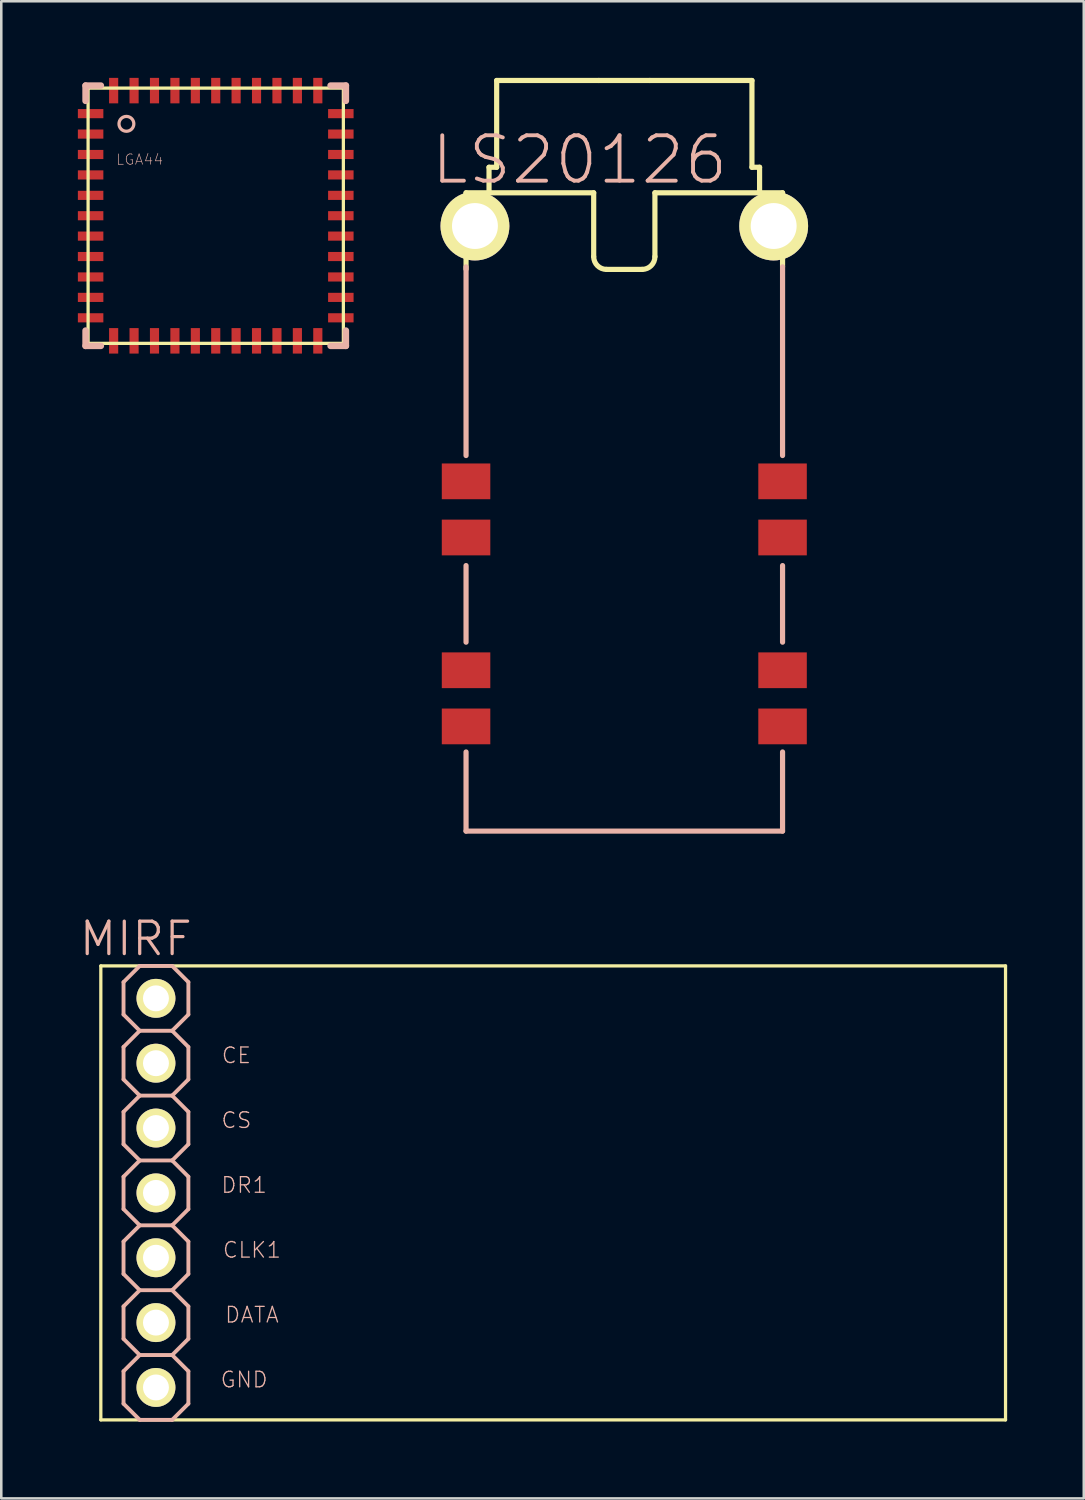
<source format=kicad_pcb>
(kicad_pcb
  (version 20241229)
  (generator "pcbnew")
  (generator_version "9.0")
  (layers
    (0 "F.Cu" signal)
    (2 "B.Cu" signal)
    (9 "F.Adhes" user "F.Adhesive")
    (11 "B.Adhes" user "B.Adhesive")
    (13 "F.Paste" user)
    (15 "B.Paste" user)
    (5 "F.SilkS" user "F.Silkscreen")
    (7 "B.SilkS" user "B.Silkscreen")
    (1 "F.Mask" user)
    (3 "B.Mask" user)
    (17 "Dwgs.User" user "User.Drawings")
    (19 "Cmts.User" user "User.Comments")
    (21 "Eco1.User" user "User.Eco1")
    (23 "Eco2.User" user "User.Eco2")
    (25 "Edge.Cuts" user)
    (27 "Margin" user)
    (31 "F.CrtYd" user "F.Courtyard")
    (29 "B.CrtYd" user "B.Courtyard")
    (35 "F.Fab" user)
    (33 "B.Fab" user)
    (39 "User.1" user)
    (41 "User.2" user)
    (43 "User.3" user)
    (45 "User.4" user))
  (footprint "LGA44"
    (layer "F.Cu")
    (at 5.399 5.399)
    (property "Reference" "LGA44" (at -2.982 -2.202 0) (layer "B.SilkS") (effects (font (size 0.406 0.406) (thickness 0.025))))
    (attr smd)
    (fp_line (start -4.999 -4.999) (end -4.999 4.999) (stroke (width 0.127) (type solid)) (layer "F.SilkS"))
    (fp_line (start -4.999 4.999) (end 4.999 4.999) (stroke (width 0.127) (type solid)) (layer "F.SilkS"))
    (fp_line (start 4.999 -4.999) (end -4.999 -4.999) (stroke (width 0.127) (type solid)) (layer "F.SilkS"))
    (fp_line (start 4.999 4.999) (end 4.999 -4.999) (stroke (width 0.127) (type solid)) (layer "F.SilkS"))
    (fp_line (start -5.098 -5.098) (end -4.498 -5.098) (stroke (width 0.254) (type solid)) (layer "B.SilkS"))
    (fp_line (start -5.098 -4.498) (end -5.098 -5.098) (stroke (width 0.254) (type solid)) (layer "B.SilkS"))
    (fp_line (start -5.098 4.498) (end -5.098 5.098) (stroke (width 0.254) (type solid)) (layer "B.SilkS"))
    (fp_line (start -5.098 5.098) (end -4.498 5.098) (stroke (width 0.254) (type solid)) (layer "B.SilkS"))
    (fp_line (start 5.098 -5.098) (end 4.498 -5.098) (stroke (width 0.254) (type solid)) (layer "B.SilkS"))
    (fp_line (start 5.098 -4.498) (end 5.098 -5.098) (stroke (width 0.254) (type solid)) (layer "B.SilkS"))
    (fp_line (start 5.098 5.098) (end 4.498 5.098) (stroke (width 0.254) (type solid)) (layer "B.SilkS"))
    (fp_line (start 5.098 5.098) (end 5.098 4.498) (stroke (width 0.254) (type solid)) (layer "B.SilkS"))
    (fp_circle (center -3.498 -3.599) (end -3.703 -3.805) (stroke (width 0.127) (type solid)) (fill no) (layer "B.SilkS"))
    (pad "1" smd rect (at -4.9 -3.998 180) (size 0.998 0.358) (layers "F.Cu" "F.Mask" "F.Paste"))
    (pad "2" smd rect (at -4.9 -3.198 180) (size 0.998 0.358) (layers "F.Cu" "F.Mask" "F.Paste"))
    (pad "3" smd rect (at -4.9 -2.398 180) (size 0.998 0.358) (layers "F.Cu" "F.Mask" "F.Paste"))
    (pad "4" smd rect (at -4.9 -1.598 180) (size 0.998 0.358) (layers "F.Cu" "F.Mask" "F.Paste"))
    (pad "5" smd rect (at -4.9 -0.798 180) (size 0.998 0.358) (layers "F.Cu" "F.Mask" "F.Paste"))
    (pad "6" smd rect (at -4.9 0 180) (size 0.998 0.358) (layers "F.Cu" "F.Mask" "F.Paste"))
    (pad "7" smd rect (at -4.9 0.798 180) (size 0.998 0.358) (layers "F.Cu" "F.Mask" "F.Paste"))
    (pad "8" smd rect (at -4.9 1.598 180) (size 0.998 0.358) (layers "F.Cu" "F.Mask" "F.Paste"))
    (pad "9" smd rect (at -4.9 2.398 180) (size 0.998 0.358) (layers "F.Cu" "F.Mask" "F.Paste"))
    (pad "10" smd rect (at -4.9 3.198 180) (size 0.998 0.358) (layers "F.Cu" "F.Mask" "F.Paste"))
    (pad "11" smd rect (at -4.9 3.998 180) (size 0.998 0.358) (layers "F.Cu" "F.Mask" "F.Paste"))
    (pad "12" smd rect (at -3.998 4.9 270) (size 0.998 0.358) (layers "F.Cu" "F.Mask" "F.Paste"))
    (pad "13" smd rect (at -3.198 4.9 270) (size 0.998 0.358) (layers "F.Cu" "F.Mask" "F.Paste"))
    (pad "14" smd rect (at -2.398 4.9 270) (size 0.998 0.358) (layers "F.Cu" "F.Mask" "F.Paste"))
    (pad "15" smd rect (at -1.598 4.9 270) (size 0.998 0.358) (layers "F.Cu" "F.Mask" "F.Paste"))
    (pad "16" smd rect (at -0.798 4.9 270) (size 0.998 0.358) (layers "F.Cu" "F.Mask" "F.Paste"))
    (pad "17" smd rect (at 0 4.9 270) (size 0.998 0.358) (layers "F.Cu" "F.Mask" "F.Paste"))
    (pad "18" smd rect (at 0.798 4.9 270) (size 0.998 0.358) (layers "F.Cu" "F.Mask" "F.Paste"))
    (pad "19" smd rect (at 1.598 4.9 270) (size 0.998 0.358) (layers "F.Cu" "F.Mask" "F.Paste"))
    (pad "20" smd rect (at 2.398 4.9 270) (size 0.998 0.358) (layers "F.Cu" "F.Mask" "F.Paste"))
    (pad "21" smd rect (at 3.198 4.9 270) (size 0.998 0.358) (layers "F.Cu" "F.Mask" "F.Paste"))
    (pad "22" smd rect (at 3.998 4.9 270) (size 0.998 0.358) (layers "F.Cu" "F.Mask" "F.Paste"))
    (pad "23" smd rect (at 4.9 3.998) (size 0.998 0.358) (layers "F.Cu" "F.Mask" "F.Paste"))
    (pad "24" smd rect (at 4.9 3.198) (size 0.998 0.358) (layers "F.Cu" "F.Mask" "F.Paste"))
    (pad "25" smd rect (at 4.9 2.398) (size 0.998 0.358) (layers "F.Cu" "F.Mask" "F.Paste"))
    (pad "26" smd rect (at 4.9 1.598) (size 0.998 0.358) (layers "F.Cu" "F.Mask" "F.Paste"))
    (pad "27" smd rect (at 4.9 0.798) (size 0.998 0.358) (layers "F.Cu" "F.Mask" "F.Paste"))
    (pad "28" smd rect (at 4.9 0) (size 0.998 0.358) (layers "F.Cu" "F.Mask" "F.Paste"))
    (pad "29" smd rect (at 4.9 -0.798) (size 0.998 0.358) (layers "F.Cu" "F.Mask" "F.Paste"))
    (pad "30" smd rect (at 4.9 -1.598) (size 0.998 0.358) (layers "F.Cu" "F.Mask" "F.Paste"))
    (pad "31" smd rect (at 4.9 -2.398) (size 0.998 0.358) (layers "F.Cu" "F.Mask" "F.Paste"))
    (pad "32" smd rect (at 4.9 -3.198) (size 0.998 0.358) (layers "F.Cu" "F.Mask" "F.Paste"))
    (pad "33" smd rect (at 4.9 -3.998) (size 0.998 0.358) (layers "F.Cu" "F.Mask" "F.Paste"))
    (pad "34" smd rect (at 3.998 -4.9 90) (size 0.998 0.358) (layers "F.Cu" "F.Mask" "F.Paste"))
    (pad "35" smd rect (at 3.198 -4.9 90) (size 0.998 0.358) (layers "F.Cu" "F.Mask" "F.Paste"))
    (pad "36" smd rect (at 2.398 -4.9 90) (size 0.998 0.358) (layers "F.Cu" "F.Mask" "F.Paste"))
    (pad "37" smd rect (at 1.598 -4.9 90) (size 0.998 0.358) (layers "F.Cu" "F.Mask" "F.Paste"))
    (pad "38" smd rect (at 0.798 -4.9 90) (size 0.998 0.358) (layers "F.Cu" "F.Mask" "F.Paste"))
    (pad "39" smd rect (at 0 -4.9 90) (size 0.998 0.358) (layers "F.Cu" "F.Mask" "F.Paste"))
    (pad "40" smd rect (at -0.798 -4.9 90) (size 0.998 0.358) (layers "F.Cu" "F.Mask" "F.Paste"))
    (pad "41" smd rect (at -1.598 -4.9 90) (size 0.998 0.358) (layers "F.Cu" "F.Mask" "F.Paste"))
    (pad "42" smd rect (at -2.398 -4.9 90) (size 0.998 0.358) (layers "F.Cu" "F.Mask" "F.Paste"))
    (pad "43" smd rect (at -3.198 -4.9 90) (size 0.998 0.358) (layers "F.Cu" "F.Mask" "F.Paste"))
    (pad "44" smd rect (at -3.998 -4.9 90) (size 0.998 0.358) (layers "F.Cu" "F.Mask" "F.Paste")))
  (footprint "LS20126"
    (layer "F.Cu")
    (at 21.401 29.5)
    (property "Reference" "LS20126" (at -1.753 -26.289 0) (layer "B.SilkS") (effects (font (size 1.778 1.778) (thickness 0.152))))
    (attr smd)
    (fp_line (start -6.198 -24.999) (end -6.198 -22.009) (stroke (width 0.203) (type solid)) (layer "F.SilkS"))
    (fp_line (start -6.198 -24.999) (end -5.298 -24.999) (stroke (width 0.203) (type solid)) (layer "F.SilkS"))
    (fp_line (start -5.298 -25.999) (end -4.999 -25.999) (stroke (width 0.203) (type solid)) (layer "F.SilkS"))
    (fp_line (start -5.298 -24.999) (end -5.298 -25.999) (stroke (width 0.203) (type solid)) (layer "F.SilkS"))
    (fp_line (start -5.298 -24.999) (end -1.199 -24.999) (stroke (width 0.203) (type solid)) (layer "F.SilkS"))
    (fp_line (start -4.999 -29.398) (end -0.998 -29.398) (stroke (width 0.203) (type solid)) (layer "F.SilkS"))
    (fp_line (start -4.999 -25.999) (end -4.999 -29.398) (stroke (width 0.203) (type solid)) (layer "F.SilkS"))
    (fp_line (start -1.199 -22.499) (end -1.199 -24.999) (stroke (width 0.203) (type solid)) (layer "F.SilkS"))
    (fp_line (start -0.998 -29.398) (end 0.998 -29.398) (stroke (width 0.203) (type solid)) (layer "F.SilkS"))
    (fp_line (start 0.699 -21.999) (end -0.699 -21.999) (stroke (width 0.203) (type solid)) (layer "F.SilkS"))
    (fp_line (start 0.998 -29.398) (end 4.999 -29.398) (stroke (width 0.203) (type solid)) (layer "F.SilkS"))
    (fp_line (start 1.199 -24.999) (end 1.199 -22.499) (stroke (width 0.203) (type solid)) (layer "F.SilkS"))
    (fp_line (start 4.999 -29.398) (end 4.999 -25.999) (stroke (width 0.203) (type solid)) (layer "F.SilkS"))
    (fp_line (start 4.999 -25.999) (end 5.298 -25.999) (stroke (width 0.203) (type solid)) (layer "F.SilkS"))
    (fp_line (start 5.298 -25.999) (end 5.298 -24.999) (stroke (width 0.203) (type solid)) (layer "F.SilkS"))
    (fp_line (start 5.298 -24.999) (end 1.199 -24.999) (stroke (width 0.203) (type solid)) (layer "F.SilkS"))
    (fp_line (start 6.198 -24.999) (end 5.298 -24.999) (stroke (width 0.203) (type solid)) (layer "F.SilkS"))
    (fp_line (start 6.198 -24.999) (end 6.198 -22.108) (stroke (width 0.203) (type solid)) (layer "F.SilkS"))
    (fp_arc (start -0.6985 -21.99894) (mid -1.052322 -22.145498) (end -1.19888 -22.49932) (stroke (width 0.2032) (type solid)) (layer "F.SilkS"))
    (fp_arc (start 1.19888 -22.49932) (mid 1.052322 -22.145498) (end 0.6985 -21.99894) (stroke (width 0.2032) (type solid)) (layer "F.SilkS"))
    (fp_line (start -6.198 -22.098) (end -6.198 -14.709) (stroke (width 0.203) (type solid)) (layer "B.SilkS"))
    (fp_line (start -6.198 -10.399) (end -6.198 -7.399) (stroke (width 0.203) (type solid)) (layer "B.SilkS"))
    (fp_line (start -6.198 -3.099) (end -6.198 0) (stroke (width 0.203) (type solid)) (layer "B.SilkS"))
    (fp_line (start -6.198 0) (end 6.198 0) (stroke (width 0.203) (type solid)) (layer "B.SilkS"))
    (fp_line (start 6.198 -22.098) (end 6.198 -14.709) (stroke (width 0.203) (type solid)) (layer "B.SilkS"))
    (fp_line (start 6.198 -7.399) (end 6.198 -10.399) (stroke (width 0.203) (type solid)) (layer "B.SilkS"))
    (fp_line (start 6.198 0) (end 6.198 -3.099) (stroke (width 0.203) (type solid)) (layer "B.SilkS"))
    (pad "1" smd rect (at -6.198 -13.698) (size 1.9 1.4) (layers "F.Cu" "F.Mask" "F.Paste"))
    (pad "2" smd rect (at -6.198 -11.499) (size 1.9 1.4) (layers "F.Cu" "F.Mask" "F.Paste"))
    (pad "3" smd rect (at -6.198 -6.299) (size 1.9 1.4) (layers "F.Cu" "F.Mask" "F.Paste"))
    (pad "4" smd rect (at -6.198 -4.1) (size 1.9 1.4) (layers "F.Cu" "F.Mask" "F.Paste"))
    (pad "5" smd rect (at 6.198 -4.1) (size 1.9 1.4) (layers "F.Cu" "F.Mask" "F.Paste"))
    (pad "6" smd rect (at 6.198 -6.299) (size 1.9 1.4) (layers "F.Cu" "F.Mask" "F.Paste"))
    (pad "7" smd rect (at 6.198 -11.499) (size 1.9 1.4) (layers "F.Cu" "F.Mask" "F.Paste"))
    (pad "8" smd rect (at 6.198 -13.698) (size 1.9 1.4) (layers "F.Cu" "F.Mask" "F.Paste"))
    (pad "9" thru_hole circle (at 5.85 -23.698) (size 2.697 2.697) (drill 1.798) (layers "*.Cu" "F.Mask" "F.SilkS" "F.Paste"))
    (pad "10" thru_hole circle (at -5.85 -23.698) (size 2.697 2.697) (drill 1.798) (layers "*.Cu" "F.Mask" "F.SilkS" "F.Paste")))
  (footprint "MIRF"
    (layer "F.Cu")
    (at 3.058 43.67)
    (property "Reference" "MIRF" (at -0.787 -9.954 180) (layer "B.SilkS") (effects (font (size 1.27 1.27) (thickness 0.127))))
    (attr exclude_from_pos_files exclude_from_bom)
    (fp_line (start -2.159 -8.89) (end -2.159 8.89) (stroke (width 0.127) (type solid)) (layer "F.SilkS"))
    (fp_line (start -2.159 8.89) (end 33.274 8.89) (stroke (width 0.127) (type solid)) (layer "F.SilkS"))
    (fp_line (start -0.254 -7.874) (end 0.254 -7.874) (stroke (width 0.066) (type solid)) (layer "F.SilkS"))
    (fp_line (start -0.254 -7.366) (end -0.254 -7.874) (stroke (width 0.066) (type solid)) (layer "F.SilkS"))
    (fp_line (start -0.254 -7.366) (end 0.254 -7.366) (stroke (width 0.066) (type solid)) (layer "F.SilkS"))
    (fp_line (start -0.254 -5.334) (end 0.254 -5.334) (stroke (width 0.066) (type solid)) (layer "F.SilkS"))
    (fp_line (start -0.254 -4.826) (end -0.254 -5.334) (stroke (width 0.066) (type solid)) (layer "F.SilkS"))
    (fp_line (start -0.254 -4.826) (end 0.254 -4.826) (stroke (width 0.066) (type solid)) (layer "F.SilkS"))
    (fp_line (start -0.254 -2.794) (end 0.254 -2.794) (stroke (width 0.066) (type solid)) (layer "F.SilkS"))
    (fp_line (start -0.254 -2.286) (end -0.254 -2.794) (stroke (width 0.066) (type solid)) (layer "F.SilkS"))
    (fp_line (start -0.254 -2.286) (end 0.254 -2.286) (stroke (width 0.066) (type solid)) (layer "F.SilkS"))
    (fp_line (start -0.254 -0.254) (end 0.254 -0.254) (stroke (width 0.066) (type solid)) (layer "F.SilkS"))
    (fp_line (start -0.254 0.254) (end -0.254 -0.254) (stroke (width 0.066) (type solid)) (layer "F.SilkS"))
    (fp_line (start -0.254 0.254) (end 0.254 0.254) (stroke (width 0.066) (type solid)) (layer "F.SilkS"))
    (fp_line (start -0.254 2.286) (end 0.254 2.286) (stroke (width 0.066) (type solid)) (layer "F.SilkS"))
    (fp_line (start -0.254 2.794) (end -0.254 2.286) (stroke (width 0.066) (type solid)) (layer "F.SilkS"))
    (fp_line (start -0.254 2.794) (end 0.254 2.794) (stroke (width 0.066) (type solid)) (layer "F.SilkS"))
    (fp_line (start -0.254 4.826) (end 0.254 4.826) (stroke (width 0.066) (type solid)) (layer "F.SilkS"))
    (fp_line (start -0.254 5.334) (end -0.254 4.826) (stroke (width 0.066) (type solid)) (layer "F.SilkS"))
    (fp_line (start -0.254 5.334) (end 0.254 5.334) (stroke (width 0.066) (type solid)) (layer "F.SilkS"))
    (fp_line (start -0.254 7.366) (end 0.254 7.366) (stroke (width 0.066) (type solid)) (layer "F.SilkS"))
    (fp_line (start -0.254 7.874) (end -0.254 7.366) (stroke (width 0.066) (type solid)) (layer "F.SilkS"))
    (fp_line (start -0.254 7.874) (end 0.254 7.874) (stroke (width 0.066) (type solid)) (layer "F.SilkS"))
    (fp_line (start 0.254 -7.366) (end 0.254 -7.874) (stroke (width 0.066) (type solid)) (layer "F.SilkS"))
    (fp_line (start 0.254 -4.826) (end 0.254 -5.334) (stroke (width 0.066) (type solid)) (layer "F.SilkS"))
    (fp_line (start 0.254 -2.286) (end 0.254 -2.794) (stroke (width 0.066) (type solid)) (layer "F.SilkS"))
    (fp_line (start 0.254 0.254) (end 0.254 -0.254) (stroke (width 0.066) (type solid)) (layer "F.SilkS"))
    (fp_line (start 0.254 2.794) (end 0.254 2.286) (stroke (width 0.066) (type solid)) (layer "F.SilkS"))
    (fp_line (start 0.254 5.334) (end 0.254 4.826) (stroke (width 0.066) (type solid)) (layer "F.SilkS"))
    (fp_line (start 0.254 7.874) (end 0.254 7.366) (stroke (width 0.066) (type solid)) (layer "F.SilkS"))
    (fp_line (start 33.274 -8.89) (end -2.159 -8.89) (stroke (width 0.127) (type solid)) (layer "F.SilkS"))
    (fp_line (start 33.274 8.89) (end 33.274 -8.89) (stroke (width 0.127) (type solid)) (layer "F.SilkS"))
    (fp_line (start -1.27 -8.255) (end -0.635 -8.89) (stroke (width 0.152) (type solid)) (layer "B.SilkS"))
    (fp_line (start -1.27 -6.985) (end -1.27 -8.255) (stroke (width 0.152) (type solid)) (layer "B.SilkS"))
    (fp_line (start -1.27 -6.985) (end -0.635 -6.35) (stroke (width 0.152) (type solid)) (layer "B.SilkS"))
    (fp_line (start -1.27 -5.715) (end -0.635 -6.35) (stroke (width 0.152) (type solid)) (layer "B.SilkS"))
    (fp_line (start -1.27 -4.445) (end -1.27 -5.715) (stroke (width 0.152) (type solid)) (layer "B.SilkS"))
    (fp_line (start -1.27 -3.175) (end -0.635 -3.81) (stroke (width 0.152) (type solid)) (layer "B.SilkS"))
    (fp_line (start -1.27 -1.905) (end -1.27 -3.175) (stroke (width 0.152) (type solid)) (layer "B.SilkS"))
    (fp_line (start -1.27 -0.635) (end -0.635 -1.27) (stroke (width 0.152) (type solid)) (layer "B.SilkS"))
    (fp_line (start -1.27 0.635) (end -1.27 -0.635) (stroke (width 0.152) (type solid)) (layer "B.SilkS"))
    (fp_line (start -1.27 0.635) (end -0.635 1.27) (stroke (width 0.152) (type solid)) (layer "B.SilkS"))
    (fp_line (start -1.27 1.905) (end -0.635 1.27) (stroke (width 0.152) (type solid)) (layer "B.SilkS"))
    (fp_line (start -1.27 3.175) (end -1.27 1.905) (stroke (width 0.152) (type solid)) (layer "B.SilkS"))
    (fp_line (start -1.27 4.445) (end -0.635 3.81) (stroke (width 0.152) (type solid)) (layer "B.SilkS"))
    (fp_line (start -1.27 5.715) (end -1.27 4.445) (stroke (width 0.152) (type solid)) (layer "B.SilkS"))
    (fp_line (start -1.27 6.985) (end -0.635 6.35) (stroke (width 0.152) (type solid)) (layer "B.SilkS"))
    (fp_line (start -1.27 8.255) (end -1.27 6.985) (stroke (width 0.152) (type solid)) (layer "B.SilkS"))
    (fp_line (start -1.27 8.255) (end -0.635 8.89) (stroke (width 0.152) (type solid)) (layer "B.SilkS"))
    (fp_line (start -0.635 -8.89) (end 0.635 -8.89) (stroke (width 0.152) (type solid)) (layer "B.SilkS"))
    (fp_line (start -0.635 -6.35) (end 0.635 -6.35) (stroke (width 0.152) (type solid)) (layer "B.SilkS"))
    (fp_line (start -0.635 -3.81) (end -1.27 -4.445) (stroke (width 0.152) (type solid)) (layer "B.SilkS"))
    (fp_line (start -0.635 -3.81) (end 0.635 -3.81) (stroke (width 0.152) (type solid)) (layer "B.SilkS"))
    (fp_line (start -0.635 -1.27) (end -1.27 -1.905) (stroke (width 0.152) (type solid)) (layer "B.SilkS"))
    (fp_line (start -0.635 -1.27) (end 0.635 -1.27) (stroke (width 0.152) (type solid)) (layer "B.SilkS"))
    (fp_line (start -0.635 1.27) (end 0.635 1.27) (stroke (width 0.152) (type solid)) (layer "B.SilkS"))
    (fp_line (start -0.635 3.81) (end -1.27 3.175) (stroke (width 0.152) (type solid)) (layer "B.SilkS"))
    (fp_line (start -0.635 3.81) (end 0.635 3.81) (stroke (width 0.152) (type solid)) (layer "B.SilkS"))
    (fp_line (start -0.635 6.35) (end -1.27 5.715) (stroke (width 0.152) (type solid)) (layer "B.SilkS"))
    (fp_line (start -0.635 6.35) (end 0.635 6.35) (stroke (width 0.152) (type solid)) (layer "B.SilkS"))
    (fp_line (start -0.635 8.89) (end 0.635 8.89) (stroke (width 0.152) (type solid)) (layer "B.SilkS"))
    (fp_line (start 0.635 -8.89) (end 1.27 -8.255) (stroke (width 0.152) (type solid)) (layer "B.SilkS"))
    (fp_line (start 0.635 -6.35) (end 1.27 -6.985) (stroke (width 0.152) (type solid)) (layer "B.SilkS"))
    (fp_line (start 0.635 -6.35) (end 1.27 -5.715) (stroke (width 0.152) (type solid)) (layer "B.SilkS"))
    (fp_line (start 0.635 -3.81) (end 1.27 -3.175) (stroke (width 0.152) (type solid)) (layer "B.SilkS"))
    (fp_line (start 0.635 -1.27) (end 1.27 -0.635) (stroke (width 0.152) (type solid)) (layer "B.SilkS"))
    (fp_line (start 0.635 1.27) (end 1.27 0.635) (stroke (width 0.152) (type solid)) (layer "B.SilkS"))
    (fp_line (start 0.635 1.27) (end 1.27 1.905) (stroke (width 0.152) (type solid)) (layer "B.SilkS"))
    (fp_line (start 0.635 3.81) (end 1.27 4.445) (stroke (width 0.152) (type solid)) (layer "B.SilkS"))
    (fp_line (start 0.635 6.35) (end 1.27 6.985) (stroke (width 0.152) (type solid)) (layer "B.SilkS"))
    (fp_line (start 0.635 8.89) (end 1.27 8.255) (stroke (width 0.152) (type solid)) (layer "B.SilkS"))
    (fp_line (start 1.27 -8.255) (end 1.27 -6.985) (stroke (width 0.152) (type solid)) (layer "B.SilkS"))
    (fp_line (start 1.27 -5.715) (end 1.27 -4.445) (stroke (width 0.152) (type solid)) (layer "B.SilkS"))
    (fp_line (start 1.27 -4.445) (end 0.635 -3.81) (stroke (width 0.152) (type solid)) (layer "B.SilkS"))
    (fp_line (start 1.27 -3.175) (end 1.27 -1.905) (stroke (width 0.152) (type solid)) (layer "B.SilkS"))
    (fp_line (start 1.27 -1.905) (end 0.635 -1.27) (stroke (width 0.152) (type solid)) (layer "B.SilkS"))
    (fp_line (start 1.27 -0.635) (end 1.27 0.635) (stroke (width 0.152) (type solid)) (layer "B.SilkS"))
    (fp_line (start 1.27 1.905) (end 1.27 3.175) (stroke (width 0.152) (type solid)) (layer "B.SilkS"))
    (fp_line (start 1.27 3.175) (end 0.635 3.81) (stroke (width 0.152) (type solid)) (layer "B.SilkS"))
    (fp_line (start 1.27 4.445) (end 1.27 5.715) (stroke (width 0.152) (type solid)) (layer "B.SilkS"))
    (fp_line (start 1.27 5.715) (end 0.635 6.35) (stroke (width 0.152) (type solid)) (layer "B.SilkS"))
    (fp_line (start 1.27 6.985) (end 1.27 8.255) (stroke (width 0.152) (type solid)) (layer "B.SilkS"))
    (fp_text user "CE" (at 3.15 -5.385 0) (layer "B.SilkS") (effects (font (size 0.61 0.61) (thickness 0.051))))
    (fp_text user "CLK1" (at 3.759 2.235 0) (layer "B.SilkS") (effects (font (size 0.61 0.61) (thickness 0.051))))
    (fp_text user "DATA" (at 3.759 4.775 0) (layer "B.SilkS") (effects (font (size 0.61 0.61) (thickness 0.051))))
    (fp_text user "CS" (at 3.15 -2.845 0) (layer "B.SilkS") (effects (font (size 0.61 0.61) (thickness 0.051))))
    (fp_text user "GND" (at 3.454 7.315 0) (layer "B.SilkS") (effects (font (size 0.61 0.61) (thickness 0.051))))
    (fp_text user "DR1" (at 3.454 -0.305 0) (layer "B.SilkS") (effects (font (size 0.61 0.61) (thickness 0.051))))
    (pad "1" thru_hole circle (at 0 7.62) (size 1.524 1.524) (drill 1.016) (layers "*.Cu" "F.Mask" "F.SilkS" "F.Paste"))
    (pad "2" thru_hole circle (at 0 5.08) (size 1.524 1.524) (drill 1.016) (layers "*.Cu" "F.Mask" "F.SilkS" "F.Paste"))
    (pad "3" thru_hole circle (at 0 2.54) (size 1.524 1.524) (drill 1.016) (layers "*.Cu" "F.Mask" "F.SilkS" "F.Paste"))
    (pad "4" thru_hole circle (at 0 0) (size 1.524 1.524) (drill 1.016) (layers "*.Cu" "F.Mask" "F.SilkS" "F.Paste"))
    (pad "5" thru_hole circle (at 0 -2.54) (size 1.524 1.524) (drill 1.016) (layers "*.Cu" "F.Mask" "F.SilkS" "F.Paste"))
    (pad "6" thru_hole circle (at 0 -5.08) (size 1.524 1.524) (drill 1.016) (layers "*.Cu" "F.Mask" "F.SilkS" "F.Paste"))
    (pad "7" thru_hole circle (at 0 -7.62) (size 1.524 1.524) (drill 1.016) (layers "*.Cu" "F.Mask" "F.SilkS" "F.Paste")))
  (gr_rect
    (start -3 -3)
    (end 39.396 55.636)
    (stroke (width 0.1) (type default))
    (fill no)
    (layer "Edge.Cuts")))
</source>
